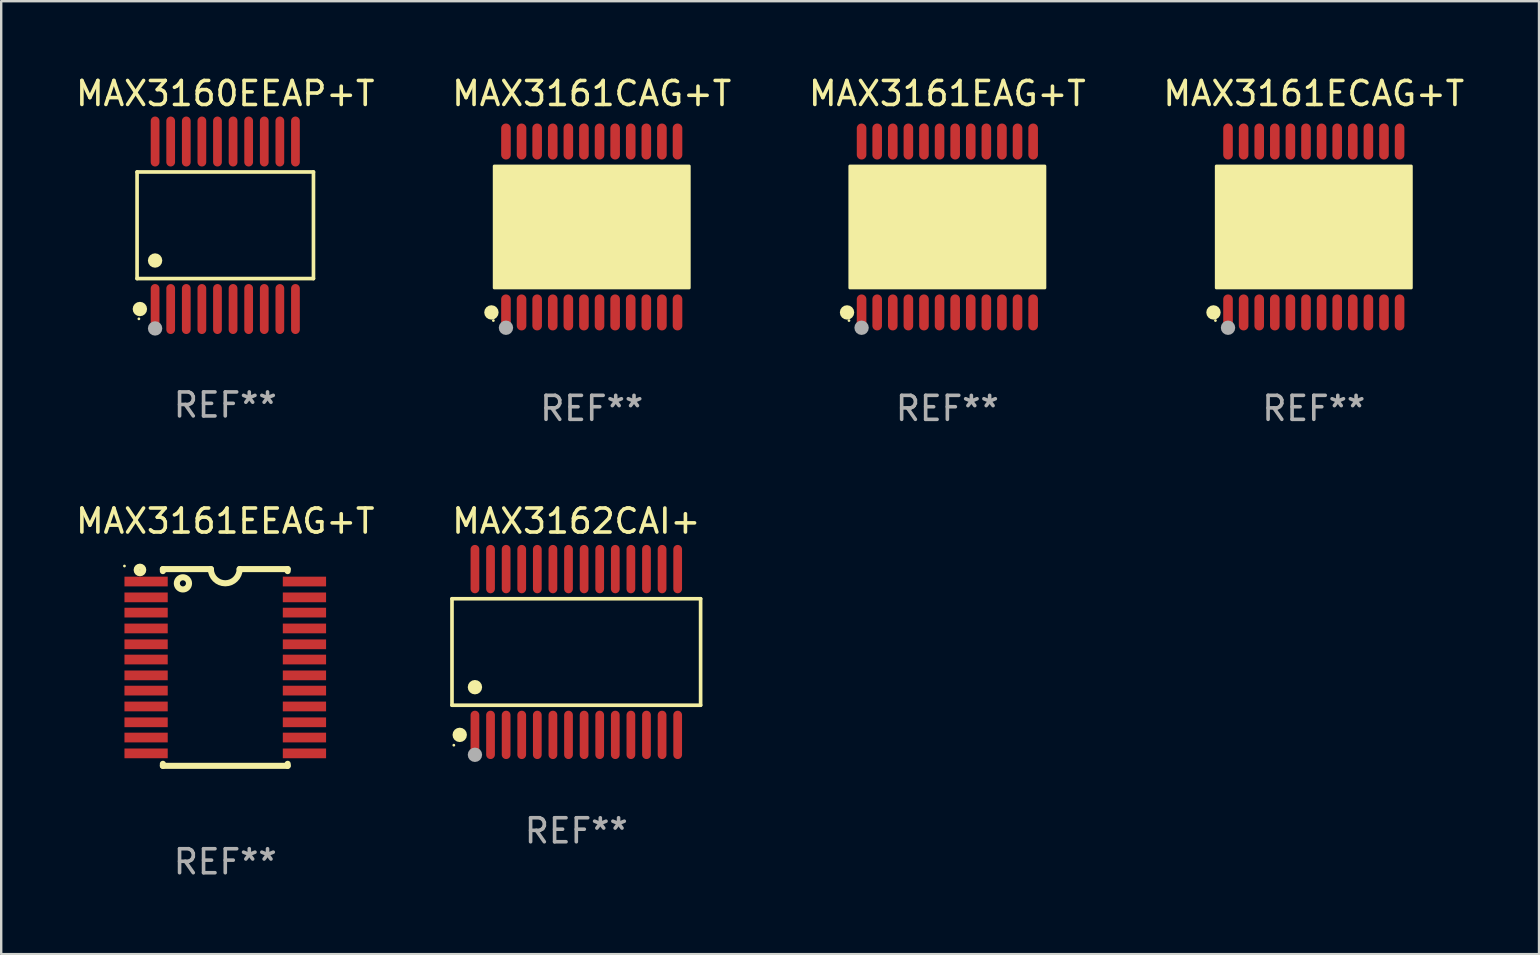
<source format=kicad_pcb>
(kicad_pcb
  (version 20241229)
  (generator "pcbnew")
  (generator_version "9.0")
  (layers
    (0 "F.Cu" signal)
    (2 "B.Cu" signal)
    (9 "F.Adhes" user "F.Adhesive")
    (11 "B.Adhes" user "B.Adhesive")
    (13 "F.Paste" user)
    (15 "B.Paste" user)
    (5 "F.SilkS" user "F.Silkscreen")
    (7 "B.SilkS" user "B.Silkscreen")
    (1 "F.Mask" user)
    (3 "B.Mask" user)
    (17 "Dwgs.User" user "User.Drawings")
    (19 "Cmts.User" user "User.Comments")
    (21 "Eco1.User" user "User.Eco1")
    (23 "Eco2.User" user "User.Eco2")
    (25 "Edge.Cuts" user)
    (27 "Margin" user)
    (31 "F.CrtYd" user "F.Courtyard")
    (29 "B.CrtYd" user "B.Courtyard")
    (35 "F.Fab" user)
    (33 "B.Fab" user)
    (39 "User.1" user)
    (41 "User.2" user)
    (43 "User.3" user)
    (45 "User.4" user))
  (footprint "MAX3161ECAG+T"
    (layer "F.Cu")
    (at 51.708 6.41)
    (property "Reference" "MAX3161ECAG+T" (at 0 -5.562 0) (layer "F.SilkS") (effects (font (size 1 1) (thickness 0.15))))
    (attr through_hole)
    (fp_circle (center -4.181 3.562) (end -4.031 3.562) (stroke (width 0.3) (type solid)) (fill no) (layer "F.SilkS"))
    (fp_circle (center -4.1 3.9) (end -4.07 3.9) (stroke (width 0.06) (type solid)) (fill no) (layer "F.SilkS"))
    (fp_circle (center -3.575 1.819) (end -3.425 1.819) (stroke (width 0.3) (type solid)) (fill no) (layer "F.SilkS"))
    (fp_poly (pts (xy -4.064 -2.54) (xy 4.064 -2.54) (xy 4.064 2.54) (xy -4.064 2.54)) (stroke (width 0.12) (type solid)) (fill yes) (layer "F.SilkS"))
    (fp_circle (center -3.575 4.2) (end -3.425 4.2) (stroke (width 0.3) (type solid)) (fill no) (layer "F.Fab"))
    (fp_text user "REF**" (at 0 7.562 0) (layer "F.Fab") (effects (font (size 1 1) (thickness 0.15))))
    (pad "1" smd oval (at -3.575 3.562) (size 0.4 1.5) (layers "F.Cu" "F.Mask" "F.Paste"))
    (pad "2" smd oval (at -2.925 3.562) (size 0.4 1.5) (layers "F.Cu" "F.Mask" "F.Paste"))
    (pad "3" smd oval (at -2.275 3.562) (size 0.4 1.5) (layers "F.Cu" "F.Mask" "F.Paste"))
    (pad "4" smd oval (at -1.625 3.562) (size 0.4 1.5) (layers "F.Cu" "F.Mask" "F.Paste"))
    (pad "5" smd oval (at -0.975 3.562) (size 0.4 1.5) (layers "F.Cu" "F.Mask" "F.Paste"))
    (pad "6" smd oval (at -0.325 3.562) (size 0.4 1.5) (layers "F.Cu" "F.Mask" "F.Paste"))
    (pad "7" smd oval (at 0.325 3.562) (size 0.4 1.5) (layers "F.Cu" "F.Mask" "F.Paste"))
    (pad "8" smd oval (at 0.975 3.562) (size 0.4 1.5) (layers "F.Cu" "F.Mask" "F.Paste"))
    (pad "9" smd oval (at 1.625 3.562) (size 0.4 1.5) (layers "F.Cu" "F.Mask" "F.Paste"))
    (pad "10" smd oval (at 2.275 3.562) (size 0.4 1.5) (layers "F.Cu" "F.Mask" "F.Paste"))
    (pad "11" smd oval (at 2.925 3.562) (size 0.4 1.5) (layers "F.Cu" "F.Mask" "F.Paste"))
    (pad "12" smd oval (at 3.575 3.562) (size 0.4 1.5) (layers "F.Cu" "F.Mask" "F.Paste"))
    (pad "13" smd oval (at 3.575 -3.562) (size 0.4 1.5) (layers "F.Cu" "F.Mask" "F.Paste"))
    (pad "14" smd oval (at 2.925 -3.562) (size 0.4 1.5) (layers "F.Cu" "F.Mask" "F.Paste"))
    (pad "15" smd oval (at 2.275 -3.562) (size 0.4 1.5) (layers "F.Cu" "F.Mask" "F.Paste"))
    (pad "16" smd oval (at 1.625 -3.562) (size 0.4 1.5) (layers "F.Cu" "F.Mask" "F.Paste"))
    (pad "17" smd oval (at 0.975 -3.562) (size 0.4 1.5) (layers "F.Cu" "F.Mask" "F.Paste"))
    (pad "18" smd oval (at 0.325 -3.562) (size 0.4 1.5) (layers "F.Cu" "F.Mask" "F.Paste"))
    (pad "19" smd oval (at -0.325 -3.562) (size 0.4 1.5) (layers "F.Cu" "F.Mask" "F.Paste"))
    (pad "20" smd oval (at -0.975 -3.562) (size 0.4 1.5) (layers "F.Cu" "F.Mask" "F.Paste"))
    (pad "21" smd oval (at -1.625 -3.562) (size 0.4 1.5) (layers "F.Cu" "F.Mask" "F.Paste"))
    (pad "22" smd oval (at -2.275 -3.562) (size 0.4 1.5) (layers "F.Cu" "F.Mask" "F.Paste"))
    (pad "23" smd oval (at -2.925 -3.562) (size 0.4 1.5) (layers "F.Cu" "F.Mask" "F.Paste"))
    (pad "24" smd oval (at -3.575 -3.562) (size 0.4 1.5) (layers "F.Cu" "F.Mask" "F.Paste")))
  (footprint "MAX3161CAG+T"
    (layer "F.Cu")
    (at 21.613 6.41)
    (property "Reference" "MAX3161CAG+T" (at 0 -5.562 0) (layer "F.SilkS") (effects (font (size 1 1) (thickness 0.15))))
    (attr through_hole)
    (fp_circle (center -4.181 3.562) (end -4.031 3.562) (stroke (width 0.3) (type solid)) (fill no) (layer "F.SilkS"))
    (fp_circle (center -4.1 3.9) (end -4.07 3.9) (stroke (width 0.06) (type solid)) (fill no) (layer "F.SilkS"))
    (fp_circle (center -3.575 1.819) (end -3.425 1.819) (stroke (width 0.3) (type solid)) (fill no) (layer "F.SilkS"))
    (fp_poly (pts (xy -4.064 -2.54) (xy 4.064 -2.54) (xy 4.064 2.54) (xy -4.064 2.54)) (stroke (width 0.12) (type solid)) (fill yes) (layer "F.SilkS"))
    (fp_circle (center -3.575 4.2) (end -3.425 4.2) (stroke (width 0.3) (type solid)) (fill no) (layer "F.Fab"))
    (fp_text user "REF**" (at 0 7.562 0) (layer "F.Fab") (effects (font (size 1 1) (thickness 0.15))))
    (pad "1" smd oval (at -3.575 3.562) (size 0.4 1.5) (layers "F.Cu" "F.Mask" "F.Paste"))
    (pad "2" smd oval (at -2.925 3.562) (size 0.4 1.5) (layers "F.Cu" "F.Mask" "F.Paste"))
    (pad "3" smd oval (at -2.275 3.562) (size 0.4 1.5) (layers "F.Cu" "F.Mask" "F.Paste"))
    (pad "4" smd oval (at -1.625 3.562) (size 0.4 1.5) (layers "F.Cu" "F.Mask" "F.Paste"))
    (pad "5" smd oval (at -0.975 3.562) (size 0.4 1.5) (layers "F.Cu" "F.Mask" "F.Paste"))
    (pad "6" smd oval (at -0.325 3.562) (size 0.4 1.5) (layers "F.Cu" "F.Mask" "F.Paste"))
    (pad "7" smd oval (at 0.325 3.562) (size 0.4 1.5) (layers "F.Cu" "F.Mask" "F.Paste"))
    (pad "8" smd oval (at 0.975 3.562) (size 0.4 1.5) (layers "F.Cu" "F.Mask" "F.Paste"))
    (pad "9" smd oval (at 1.625 3.562) (size 0.4 1.5) (layers "F.Cu" "F.Mask" "F.Paste"))
    (pad "10" smd oval (at 2.275 3.562) (size 0.4 1.5) (layers "F.Cu" "F.Mask" "F.Paste"))
    (pad "11" smd oval (at 2.925 3.562) (size 0.4 1.5) (layers "F.Cu" "F.Mask" "F.Paste"))
    (pad "12" smd oval (at 3.575 3.562) (size 0.4 1.5) (layers "F.Cu" "F.Mask" "F.Paste"))
    (pad "13" smd oval (at 3.575 -3.562) (size 0.4 1.5) (layers "F.Cu" "F.Mask" "F.Paste"))
    (pad "14" smd oval (at 2.925 -3.562) (size 0.4 1.5) (layers "F.Cu" "F.Mask" "F.Paste"))
    (pad "15" smd oval (at 2.275 -3.562) (size 0.4 1.5) (layers "F.Cu" "F.Mask" "F.Paste"))
    (pad "16" smd oval (at 1.625 -3.562) (size 0.4 1.5) (layers "F.Cu" "F.Mask" "F.Paste"))
    (pad "17" smd oval (at 0.975 -3.562) (size 0.4 1.5) (layers "F.Cu" "F.Mask" "F.Paste"))
    (pad "18" smd oval (at 0.325 -3.562) (size 0.4 1.5) (layers "F.Cu" "F.Mask" "F.Paste"))
    (pad "19" smd oval (at -0.325 -3.562) (size 0.4 1.5) (layers "F.Cu" "F.Mask" "F.Paste"))
    (pad "20" smd oval (at -0.975 -3.562) (size 0.4 1.5) (layers "F.Cu" "F.Mask" "F.Paste"))
    (pad "21" smd oval (at -1.625 -3.562) (size 0.4 1.5) (layers "F.Cu" "F.Mask" "F.Paste"))
    (pad "22" smd oval (at -2.275 -3.562) (size 0.4 1.5) (layers "F.Cu" "F.Mask" "F.Paste"))
    (pad "23" smd oval (at -2.925 -3.562) (size 0.4 1.5) (layers "F.Cu" "F.Mask" "F.Paste"))
    (pad "24" smd oval (at -3.575 -3.562) (size 0.4 1.5) (layers "F.Cu" "F.Mask" "F.Paste")))
  (footprint "MAX3161EAG+T"
    (layer "F.Cu")
    (at 36.435 6.41)
    (property "Reference" "MAX3161EAG+T" (at 0 -5.562 0) (layer "F.SilkS") (effects (font (size 1 1) (thickness 0.15))))
    (attr through_hole)
    (fp_circle (center -4.181 3.562) (end -4.031 3.562) (stroke (width 0.3) (type solid)) (fill no) (layer "F.SilkS"))
    (fp_circle (center -4.1 3.9) (end -4.07 3.9) (stroke (width 0.06) (type solid)) (fill no) (layer "F.SilkS"))
    (fp_circle (center -3.575 1.819) (end -3.425 1.819) (stroke (width 0.3) (type solid)) (fill no) (layer "F.SilkS"))
    (fp_poly (pts (xy -4.064 -2.54) (xy 4.064 -2.54) (xy 4.064 2.54) (xy -4.064 2.54)) (stroke (width 0.12) (type solid)) (fill yes) (layer "F.SilkS"))
    (fp_circle (center -3.575 4.2) (end -3.425 4.2) (stroke (width 0.3) (type solid)) (fill no) (layer "F.Fab"))
    (fp_text user "REF**" (at 0 7.562 0) (layer "F.Fab") (effects (font (size 1 1) (thickness 0.15))))
    (pad "1" smd oval (at -3.575 3.562) (size 0.4 1.5) (layers "F.Cu" "F.Mask" "F.Paste"))
    (pad "2" smd oval (at -2.925 3.562) (size 0.4 1.5) (layers "F.Cu" "F.Mask" "F.Paste"))
    (pad "3" smd oval (at -2.275 3.562) (size 0.4 1.5) (layers "F.Cu" "F.Mask" "F.Paste"))
    (pad "4" smd oval (at -1.625 3.562) (size 0.4 1.5) (layers "F.Cu" "F.Mask" "F.Paste"))
    (pad "5" smd oval (at -0.975 3.562) (size 0.4 1.5) (layers "F.Cu" "F.Mask" "F.Paste"))
    (pad "6" smd oval (at -0.325 3.562) (size 0.4 1.5) (layers "F.Cu" "F.Mask" "F.Paste"))
    (pad "7" smd oval (at 0.325 3.562) (size 0.4 1.5) (layers "F.Cu" "F.Mask" "F.Paste"))
    (pad "8" smd oval (at 0.975 3.562) (size 0.4 1.5) (layers "F.Cu" "F.Mask" "F.Paste"))
    (pad "9" smd oval (at 1.625 3.562) (size 0.4 1.5) (layers "F.Cu" "F.Mask" "F.Paste"))
    (pad "10" smd oval (at 2.275 3.562) (size 0.4 1.5) (layers "F.Cu" "F.Mask" "F.Paste"))
    (pad "11" smd oval (at 2.925 3.562) (size 0.4 1.5) (layers "F.Cu" "F.Mask" "F.Paste"))
    (pad "12" smd oval (at 3.575 3.562) (size 0.4 1.5) (layers "F.Cu" "F.Mask" "F.Paste"))
    (pad "13" smd oval (at 3.575 -3.562) (size 0.4 1.5) (layers "F.Cu" "F.Mask" "F.Paste"))
    (pad "14" smd oval (at 2.925 -3.562) (size 0.4 1.5) (layers "F.Cu" "F.Mask" "F.Paste"))
    (pad "15" smd oval (at 2.275 -3.562) (size 0.4 1.5) (layers "F.Cu" "F.Mask" "F.Paste"))
    (pad "16" smd oval (at 1.625 -3.562) (size 0.4 1.5) (layers "F.Cu" "F.Mask" "F.Paste"))
    (pad "17" smd oval (at 0.975 -3.562) (size 0.4 1.5) (layers "F.Cu" "F.Mask" "F.Paste"))
    (pad "18" smd oval (at 0.325 -3.562) (size 0.4 1.5) (layers "F.Cu" "F.Mask" "F.Paste"))
    (pad "19" smd oval (at -0.325 -3.562) (size 0.4 1.5) (layers "F.Cu" "F.Mask" "F.Paste"))
    (pad "20" smd oval (at -0.975 -3.562) (size 0.4 1.5) (layers "F.Cu" "F.Mask" "F.Paste"))
    (pad "21" smd oval (at -1.625 -3.562) (size 0.4 1.5) (layers "F.Cu" "F.Mask" "F.Paste"))
    (pad "22" smd oval (at -2.275 -3.562) (size 0.4 1.5) (layers "F.Cu" "F.Mask" "F.Paste"))
    (pad "23" smd oval (at -2.925 -3.562) (size 0.4 1.5) (layers "F.Cu" "F.Mask" "F.Paste"))
    (pad "24" smd oval (at -3.575 -3.562) (size 0.4 1.5) (layers "F.Cu" "F.Mask" "F.Paste")))
  (footprint "MAX3162CAI+"
    (layer "F.Cu")
    (at 20.97 24.124)
    (property "Reference" "MAX3162CAI+" (at 0 -5.455 0) (layer "F.SilkS") (effects (font (size 1 1) (thickness 0.15))))
    (attr through_hole)
    (fp_line (start -5.181 -2.219) (end 5.181 -2.219) (stroke (width 0.152) (type solid)) (layer "F.SilkS"))
    (fp_line (start -5.181 2.219) (end -5.181 -2.219) (stroke (width 0.152) (type solid)) (layer "F.SilkS"))
    (fp_line (start 5.181 -2.219) (end 5.181 2.219) (stroke (width 0.152) (type solid)) (layer "F.SilkS"))
    (fp_line (start 5.181 2.219) (end -5.181 2.219) (stroke (width 0.152) (type solid)) (layer "F.SilkS"))
    (fp_circle (center -5.105 3.885) (end -5.075 3.885) (stroke (width 0.06) (type solid)) (fill no) (layer "F.SilkS"))
    (fp_circle (center -4.859 3.455) (end -4.709 3.455) (stroke (width 0.3) (type solid)) (fill no) (layer "F.SilkS"))
    (fp_circle (center -4.225 1.467) (end -4.075 1.467) (stroke (width 0.3) (type solid)) (fill no) (layer "F.SilkS"))
    (fp_circle (center -4.225 4.285) (end -4.075 4.285) (stroke (width 0.3) (type solid)) (fill no) (layer "F.Fab"))
    (fp_text user "REF**" (at 0 7.455 0) (layer "F.Fab") (effects (font (size 1 1) (thickness 0.15))))
    (pad "1" smd oval (at -4.225 3.455) (size 0.364 2.015) (layers "F.Cu" "F.Mask" "F.Paste"))
    (pad "2" smd oval (at -3.575 3.455) (size 0.364 2.015) (layers "F.Cu" "F.Mask" "F.Paste"))
    (pad "3" smd oval (at -2.925 3.455) (size 0.364 2.015) (layers "F.Cu" "F.Mask" "F.Paste"))
    (pad "4" smd oval (at -2.275 3.455) (size 0.364 2.015) (layers "F.Cu" "F.Mask" "F.Paste"))
    (pad "5" smd oval (at -1.625 3.455) (size 0.364 2.015) (layers "F.Cu" "F.Mask" "F.Paste"))
    (pad "6" smd oval (at -0.975 3.455) (size 0.364 2.015) (layers "F.Cu" "F.Mask" "F.Paste"))
    (pad "7" smd oval (at -0.325 3.455) (size 0.364 2.015) (layers "F.Cu" "F.Mask" "F.Paste"))
    (pad "8" smd oval (at 0.325 3.455) (size 0.364 2.015) (layers "F.Cu" "F.Mask" "F.Paste"))
    (pad "9" smd oval (at 0.975 3.455) (size 0.364 2.015) (layers "F.Cu" "F.Mask" "F.Paste"))
    (pad "10" smd oval (at 1.625 3.455) (size 0.364 2.015) (layers "F.Cu" "F.Mask" "F.Paste"))
    (pad "11" smd oval (at 2.275 3.455) (size 0.364 2.015) (layers "F.Cu" "F.Mask" "F.Paste"))
    (pad "12" smd oval (at 2.925 3.455) (size 0.364 2.015) (layers "F.Cu" "F.Mask" "F.Paste"))
    (pad "13" smd oval (at 3.575 3.455) (size 0.364 2.015) (layers "F.Cu" "F.Mask" "F.Paste"))
    (pad "14" smd oval (at 4.225 3.455) (size 0.364 2.015) (layers "F.Cu" "F.Mask" "F.Paste"))
    (pad "15" smd oval (at 4.225 -3.455) (size 0.364 2.015) (layers "F.Cu" "F.Mask" "F.Paste"))
    (pad "16" smd oval (at 3.575 -3.455) (size 0.364 2.015) (layers "F.Cu" "F.Mask" "F.Paste"))
    (pad "17" smd oval (at 2.925 -3.455) (size 0.364 2.015) (layers "F.Cu" "F.Mask" "F.Paste"))
    (pad "18" smd oval (at 2.275 -3.455) (size 0.364 2.015) (layers "F.Cu" "F.Mask" "F.Paste"))
    (pad "19" smd oval (at 1.625 -3.455) (size 0.364 2.015) (layers "F.Cu" "F.Mask" "F.Paste"))
    (pad "20" smd oval (at 0.975 -3.455) (size 0.364 2.015) (layers "F.Cu" "F.Mask" "F.Paste"))
    (pad "21" smd oval (at 0.325 -3.455) (size 0.364 2.015) (layers "F.Cu" "F.Mask" "F.Paste"))
    (pad "22" smd oval (at -0.325 -3.455) (size 0.364 2.015) (layers "F.Cu" "F.Mask" "F.Paste"))
    (pad "23" smd oval (at -0.975 -3.455) (size 0.364 2.015) (layers "F.Cu" "F.Mask" "F.Paste"))
    (pad "24" smd oval (at -1.625 -3.455) (size 0.364 2.015) (layers "F.Cu" "F.Mask" "F.Paste"))
    (pad "25" smd oval (at -2.275 -3.455) (size 0.364 2.015) (layers "F.Cu" "F.Mask" "F.Paste"))
    (pad "26" smd oval (at -2.925 -3.455) (size 0.364 2.015) (layers "F.Cu" "F.Mask" "F.Paste"))
    (pad "27" smd oval (at -3.575 -3.455) (size 0.364 2.015) (layers "F.Cu" "F.Mask" "F.Paste"))
    (pad "28" smd oval (at -4.225 -3.455) (size 0.364 2.015) (layers "F.Cu" "F.Mask" "F.Paste")))
  (footprint "MAX3160EEAP+T"
    (layer "F.Cu")
    (at 6.339 6.339)
    (property "Reference" "MAX3160EEAP+T" (at 0 -5.491 0) (layer "F.SilkS") (effects (font (size 1 1) (thickness 0.15))))
    (attr through_hole)
    (fp_line (start -3.676 -2.221) (end 3.676 -2.221) (stroke (width 0.152) (type solid)) (layer "F.SilkS"))
    (fp_line (start -3.676 2.221) (end -3.676 -2.221) (stroke (width 0.152) (type solid)) (layer "F.SilkS"))
    (fp_line (start 3.676 -2.221) (end 3.676 2.221) (stroke (width 0.152) (type solid)) (layer "F.SilkS"))
    (fp_line (start 3.676 2.221) (end -3.676 2.221) (stroke (width 0.152) (type solid)) (layer "F.SilkS"))
    (fp_circle (center -3.6 3.9) (end -3.57 3.9) (stroke (width 0.06) (type solid)) (fill no) (layer "F.SilkS"))
    (fp_circle (center -3.559 3.491) (end -3.409 3.491) (stroke (width 0.3) (type solid)) (fill no) (layer "F.SilkS"))
    (fp_circle (center -2.925 1.469) (end -2.775 1.469) (stroke (width 0.3) (type solid)) (fill no) (layer "F.SilkS"))
    (fp_circle (center -2.925 4.3) (end -2.775 4.3) (stroke (width 0.3) (type solid)) (fill no) (layer "F.Fab"))
    (fp_text user "REF**" (at 0 7.491 0) (layer "F.Fab") (effects (font (size 1 1) (thickness 0.15))))
    (pad "1" smd oval (at -2.925 3.491) (size 0.364 2.082) (layers "F.Cu" "F.Mask" "F.Paste"))
    (pad "2" smd oval (at -2.275 3.491) (size 0.364 2.082) (layers "F.Cu" "F.Mask" "F.Paste"))
    (pad "3" smd oval (at -1.625 3.491) (size 0.364 2.082) (layers "F.Cu" "F.Mask" "F.Paste"))
    (pad "4" smd oval (at -0.975 3.491) (size 0.364 2.082) (layers "F.Cu" "F.Mask" "F.Paste"))
    (pad "5" smd oval (at -0.325 3.491) (size 0.364 2.082) (layers "F.Cu" "F.Mask" "F.Paste"))
    (pad "6" smd oval (at 0.325 3.491) (size 0.364 2.082) (layers "F.Cu" "F.Mask" "F.Paste"))
    (pad "7" smd oval (at 0.975 3.491) (size 0.364 2.082) (layers "F.Cu" "F.Mask" "F.Paste"))
    (pad "8" smd oval (at 1.625 3.491) (size 0.364 2.082) (layers "F.Cu" "F.Mask" "F.Paste"))
    (pad "9" smd oval (at 2.275 3.491) (size 0.364 2.082) (layers "F.Cu" "F.Mask" "F.Paste"))
    (pad "10" smd oval (at 2.925 3.491) (size 0.364 2.082) (layers "F.Cu" "F.Mask" "F.Paste"))
    (pad "11" smd oval (at 2.925 -3.491) (size 0.364 2.082) (layers "F.Cu" "F.Mask" "F.Paste"))
    (pad "12" smd oval (at 2.275 -3.491) (size 0.364 2.082) (layers "F.Cu" "F.Mask" "F.Paste"))
    (pad "13" smd oval (at 1.625 -3.491) (size 0.364 2.082) (layers "F.Cu" "F.Mask" "F.Paste"))
    (pad "14" smd oval (at 0.975 -3.491) (size 0.364 2.082) (layers "F.Cu" "F.Mask" "F.Paste"))
    (pad "15" smd oval (at 0.325 -3.491) (size 0.364 2.082) (layers "F.Cu" "F.Mask" "F.Paste"))
    (pad "16" smd oval (at -0.325 -3.491) (size 0.364 2.082) (layers "F.Cu" "F.Mask" "F.Paste"))
    (pad "17" smd oval (at -0.975 -3.491) (size 0.364 2.082) (layers "F.Cu" "F.Mask" "F.Paste"))
    (pad "18" smd oval (at -1.625 -3.491) (size 0.364 2.082) (layers "F.Cu" "F.Mask" "F.Paste"))
    (pad "19" smd oval (at -2.275 -3.491) (size 0.364 2.082) (layers "F.Cu" "F.Mask" "F.Paste"))
    (pad "20" smd oval (at -2.925 -3.491) (size 0.364 2.082) (layers "F.Cu" "F.Mask" "F.Paste")))
  (footprint "MAX3161EEAG+T"
    (layer "F.Cu")
    (at 6.339 24.769)
    (property "Reference" "MAX3161EEAG+T" (at 0 -6.1 0) (layer "F.SilkS") (effects (font (size 1 1) (thickness 0.15))))
    (attr through_hole)
    (fp_line (start -2.6 -4.1) (end -2.6 -4.016) (stroke (width 0.254) (type solid)) (layer "F.SilkS"))
    (fp_line (start -2.6 -4.1) (end -0.6 -4.1) (stroke (width 0.254) (type solid)) (layer "F.SilkS"))
    (fp_line (start -2.6 4.016) (end -2.6 4.1) (stroke (width 0.254) (type solid)) (layer "F.SilkS"))
    (fp_line (start -2.6 4.1) (end 2.6 4.1) (stroke (width 0.254) (type solid)) (layer "F.SilkS"))
    (fp_line (start 2.6 -4.1) (end 0.6 -4.1) (stroke (width 0.254) (type solid)) (layer "F.SilkS"))
    (fp_line (start 2.6 -4.1) (end 2.6 -4.016) (stroke (width 0.254) (type solid)) (layer "F.SilkS"))
    (fp_line (start 2.6 4.016) (end 2.6 4.1) (stroke (width 0.254) (type solid)) (layer "F.SilkS"))
    (fp_arc (start 0.6 -4.1) (mid -0.000774 -3.500483) (end -0.600711 -4.100837) (stroke (width 0.254001) (type solid)) (layer "F.SilkS"))
    (fp_circle (center -4.202 -4.228) (end -4.172 -4.228) (stroke (width 0.06) (type solid)) (fill no) (layer "F.SilkS"))
    (fp_circle (center -3.556 -4.064) (end -3.546 -4.064) (stroke (width 0.254) (type solid)) (fill no) (layer "F.SilkS"))
    (fp_circle (center -1.765 -3.505) (end -1.511 -3.505) (stroke (width 0.254) (type solid)) (fill no) (layer "F.SilkS"))
    (fp_text user "REF**" (at 0 8.1 0) (layer "F.Fab") (effects (font (size 1 1) (thickness 0.15))))
    (pad "1" smd rect (at -3.3 -3.581) (size 1.803 0.406) (layers "F.Cu" "F.Mask" "F.Paste"))
    (pad "2" smd rect (at -3.3 -2.921) (size 1.803 0.406) (layers "F.Cu" "F.Mask" "F.Paste"))
    (pad "3" smd rect (at -3.3 -2.286) (size 1.803 0.406) (layers "F.Cu" "F.Mask" "F.Paste"))
    (pad "4" smd rect (at -3.3 -1.626) (size 1.803 0.406) (layers "F.Cu" "F.Mask" "F.Paste"))
    (pad "5" smd rect (at -3.3 -0.965) (size 1.803 0.406) (layers "F.Cu" "F.Mask" "F.Paste"))
    (pad "6" smd rect (at -3.3 -0.33) (size 1.803 0.406) (layers "F.Cu" "F.Mask" "F.Paste"))
    (pad "7" smd rect (at -3.3 0.33) (size 1.803 0.406) (layers "F.Cu" "F.Mask" "F.Paste"))
    (pad "8" smd rect (at -3.3 0.965) (size 1.803 0.406) (layers "F.Cu" "F.Mask" "F.Paste"))
    (pad "9" smd rect (at -3.3 1.626) (size 1.803 0.406) (layers "F.Cu" "F.Mask" "F.Paste"))
    (pad "10" smd rect (at -3.3 2.286) (size 1.803 0.406) (layers "F.Cu" "F.Mask" "F.Paste"))
    (pad "11" smd rect (at -3.3 2.921) (size 1.803 0.406) (layers "F.Cu" "F.Mask" "F.Paste"))
    (pad "12" smd rect (at -3.3 3.581) (size 1.803 0.406) (layers "F.Cu" "F.Mask" "F.Paste"))
    (pad "13" smd rect (at 3.3 3.581) (size 1.803 0.406) (layers "F.Cu" "F.Mask" "F.Paste"))
    (pad "14" smd rect (at 3.3 2.921) (size 1.803 0.406) (layers "F.Cu" "F.Mask" "F.Paste"))
    (pad "15" smd rect (at 3.3 2.286) (size 1.803 0.406) (layers "F.Cu" "F.Mask" "F.Paste"))
    (pad "16" smd rect (at 3.3 1.626) (size 1.803 0.406) (layers "F.Cu" "F.Mask" "F.Paste"))
    (pad "17" smd rect (at 3.3 0.965) (size 1.803 0.406) (layers "F.Cu" "F.Mask" "F.Paste"))
    (pad "18" smd rect (at 3.3 0.33) (size 1.803 0.406) (layers "F.Cu" "F.Mask" "F.Paste"))
    (pad "19" smd rect (at 3.3 -0.33) (size 1.803 0.406) (layers "F.Cu" "F.Mask" "F.Paste"))
    (pad "20" smd rect (at 3.3 -0.965) (size 1.803 0.406) (layers "F.Cu" "F.Mask" "F.Paste"))
    (pad "21" smd rect (at 3.3 -1.626) (size 1.803 0.406) (layers "F.Cu" "F.Mask" "F.Paste"))
    (pad "22" smd rect (at 3.3 -2.286) (size 1.803 0.406) (layers "F.Cu" "F.Mask" "F.Paste"))
    (pad "23" smd rect (at 3.3 -2.921) (size 1.803 0.406) (layers "F.Cu" "F.Mask" "F.Paste"))
    (pad "24" smd rect (at 3.3 -3.581) (size 1.803 0.406) (layers "F.Cu" "F.Mask" "F.Paste")))
  (gr_rect
    (start -3 -3)
    (end 61.095 36.717)
    (stroke (width 0.1) (type default))
    (fill no)
    (layer "Edge.Cuts")))
</source>
